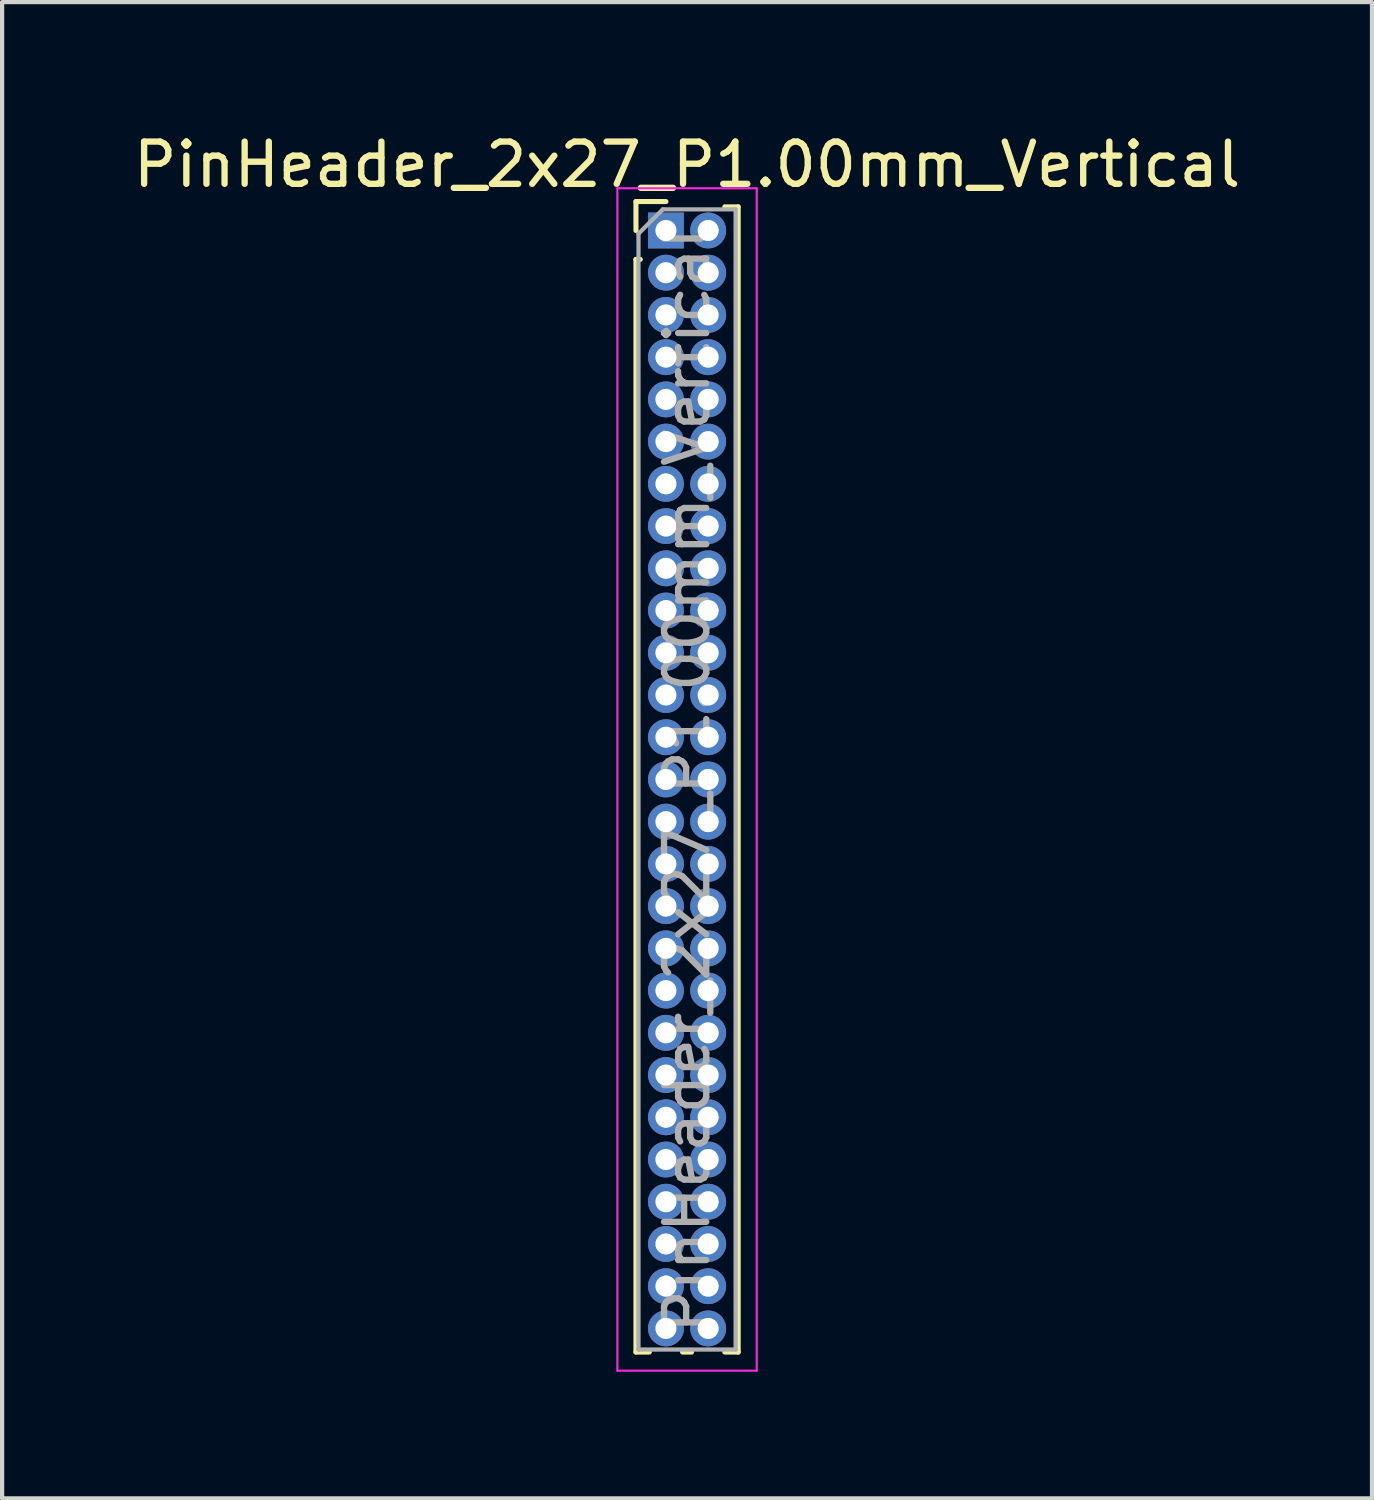
<source format=kicad_pcb>
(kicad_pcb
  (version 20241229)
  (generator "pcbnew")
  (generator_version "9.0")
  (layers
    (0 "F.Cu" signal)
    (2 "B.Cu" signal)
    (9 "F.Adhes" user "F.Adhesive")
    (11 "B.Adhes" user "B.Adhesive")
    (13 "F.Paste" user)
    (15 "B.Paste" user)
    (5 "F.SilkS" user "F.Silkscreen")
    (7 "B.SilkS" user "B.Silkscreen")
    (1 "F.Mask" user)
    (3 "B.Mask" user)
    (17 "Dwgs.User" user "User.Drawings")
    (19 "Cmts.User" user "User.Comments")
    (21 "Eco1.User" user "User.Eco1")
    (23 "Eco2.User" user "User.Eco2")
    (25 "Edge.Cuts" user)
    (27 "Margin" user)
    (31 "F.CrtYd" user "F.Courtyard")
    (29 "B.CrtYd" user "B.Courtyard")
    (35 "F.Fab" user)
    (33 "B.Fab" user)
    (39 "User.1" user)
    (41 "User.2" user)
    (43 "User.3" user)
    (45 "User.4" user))
  (footprint "PinHeader_2x27_P1.00mm_Vertical"
    (layer "F.Cu")
    (at 12.72 2.408)
    (property "Reference" "PinHeader_2x27_P1.00mm_Vertical" (at 0.5 -1.56 0) (layer "F.SilkS") (effects (font (size 1 1) (thickness 0.15))))
    (attr through_hole)
    (fp_line (start -0.71 -0.685) (end 0 -0.685) (stroke (width 0.12) (type solid)) (layer "F.SilkS"))
    (fp_line (start -0.71 0) (end -0.71 -0.685) (stroke (width 0.12) (type solid)) (layer "F.SilkS"))
    (fp_line (start -0.71 0.685) (end -0.71 26.56) (stroke (width 0.12) (type solid)) (layer "F.SilkS"))
    (fp_line (start -0.71 0.685) (end -0.608 0.685) (stroke (width 0.12) (type solid)) (layer "F.SilkS"))
    (fp_line (start -0.71 26.56) (end -0.394 26.56) (stroke (width 0.12) (type solid)) (layer "F.SilkS"))
    (fp_line (start 0.394 26.56) (end 0.606 26.56) (stroke (width 0.12) (type solid)) (layer "F.SilkS"))
    (fp_line (start 1.394 -0.56) (end 1.71 -0.56) (stroke (width 0.12) (type solid)) (layer "F.SilkS"))
    (fp_line (start 1.394 26.56) (end 1.71 26.56) (stroke (width 0.12) (type solid)) (layer "F.SilkS"))
    (fp_line (start 1.71 -0.56) (end 1.71 26.56) (stroke (width 0.12) (type solid)) (layer "F.SilkS"))
    (fp_line (start -1.15 -1) (end -1.15 27) (stroke (width 0.05) (type solid)) (layer "F.CrtYd"))
    (fp_line (start -1.15 27) (end 2.15 27) (stroke (width 0.05) (type solid)) (layer "F.CrtYd"))
    (fp_line (start 2.15 -1) (end -1.15 -1) (stroke (width 0.05) (type solid)) (layer "F.CrtYd"))
    (fp_line (start 2.15 27) (end 2.15 -1) (stroke (width 0.05) (type solid)) (layer "F.CrtYd"))
    (fp_line (start -0.65 0.075) (end -0.075 -0.5) (stroke (width 0.1) (type solid)) (layer "F.Fab"))
    (fp_line (start -0.65 26.5) (end -0.65 0.075) (stroke (width 0.1) (type solid)) (layer "F.Fab"))
    (fp_line (start -0.075 -0.5) (end 1.65 -0.5) (stroke (width 0.1) (type solid)) (layer "F.Fab"))
    (fp_line (start 1.65 -0.5) (end 1.65 26.5) (stroke (width 0.1) (type solid)) (layer "F.Fab"))
    (fp_line (start 1.65 26.5) (end -0.65 26.5) (stroke (width 0.1) (type solid)) (layer "F.Fab"))
    (fp_text user "${REFERENCE}" (at 0.5 13 90) (layer "F.Fab") (effects (font (size 1 1) (thickness 0.15))))
    (pad "1" thru_hole rect (at 0 0) (size 0.85 0.85) (drill 0.5) (layers "*.Cu" "*.Mask"))
    (pad "2" thru_hole oval (at 1 0) (size 0.85 0.85) (drill 0.5) (layers "*.Cu" "*.Mask"))
    (pad "3" thru_hole oval (at 0 1) (size 0.85 0.85) (drill 0.5) (layers "*.Cu" "*.Mask"))
    (pad "4" thru_hole oval (at 1 1) (size 0.85 0.85) (drill 0.5) (layers "*.Cu" "*.Mask"))
    (pad "5" thru_hole oval (at 0 2) (size 0.85 0.85) (drill 0.5) (layers "*.Cu" "*.Mask"))
    (pad "6" thru_hole oval (at 1 2) (size 0.85 0.85) (drill 0.5) (layers "*.Cu" "*.Mask"))
    (pad "7" thru_hole oval (at 0 3) (size 0.85 0.85) (drill 0.5) (layers "*.Cu" "*.Mask"))
    (pad "8" thru_hole oval (at 1 3) (size 0.85 0.85) (drill 0.5) (layers "*.Cu" "*.Mask"))
    (pad "9" thru_hole oval (at 0 4) (size 0.85 0.85) (drill 0.5) (layers "*.Cu" "*.Mask"))
    (pad "10" thru_hole oval (at 1 4) (size 0.85 0.85) (drill 0.5) (layers "*.Cu" "*.Mask"))
    (pad "11" thru_hole oval (at 0 5) (size 0.85 0.85) (drill 0.5) (layers "*.Cu" "*.Mask"))
    (pad "12" thru_hole oval (at 1 5) (size 0.85 0.85) (drill 0.5) (layers "*.Cu" "*.Mask"))
    (pad "13" thru_hole oval (at 0 6) (size 0.85 0.85) (drill 0.5) (layers "*.Cu" "*.Mask"))
    (pad "14" thru_hole oval (at 1 6) (size 0.85 0.85) (drill 0.5) (layers "*.Cu" "*.Mask"))
    (pad "15" thru_hole oval (at 0 7) (size 0.85 0.85) (drill 0.5) (layers "*.Cu" "*.Mask"))
    (pad "16" thru_hole oval (at 1 7) (size 0.85 0.85) (drill 0.5) (layers "*.Cu" "*.Mask"))
    (pad "17" thru_hole oval (at 0 8) (size 0.85 0.85) (drill 0.5) (layers "*.Cu" "*.Mask"))
    (pad "18" thru_hole oval (at 1 8) (size 0.85 0.85) (drill 0.5) (layers "*.Cu" "*.Mask"))
    (pad "19" thru_hole oval (at 0 9) (size 0.85 0.85) (drill 0.5) (layers "*.Cu" "*.Mask"))
    (pad "20" thru_hole oval (at 1 9) (size 0.85 0.85) (drill 0.5) (layers "*.Cu" "*.Mask"))
    (pad "21" thru_hole oval (at 0 10) (size 0.85 0.85) (drill 0.5) (layers "*.Cu" "*.Mask"))
    (pad "22" thru_hole oval (at 1 10) (size 0.85 0.85) (drill 0.5) (layers "*.Cu" "*.Mask"))
    (pad "23" thru_hole oval (at 0 11) (size 0.85 0.85) (drill 0.5) (layers "*.Cu" "*.Mask"))
    (pad "24" thru_hole oval (at 1 11) (size 0.85 0.85) (drill 0.5) (layers "*.Cu" "*.Mask"))
    (pad "25" thru_hole oval (at 0 12) (size 0.85 0.85) (drill 0.5) (layers "*.Cu" "*.Mask"))
    (pad "26" thru_hole oval (at 1 12) (size 0.85 0.85) (drill 0.5) (layers "*.Cu" "*.Mask"))
    (pad "27" thru_hole oval (at 0 13) (size 0.85 0.85) (drill 0.5) (layers "*.Cu" "*.Mask"))
    (pad "28" thru_hole oval (at 1 13) (size 0.85 0.85) (drill 0.5) (layers "*.Cu" "*.Mask"))
    (pad "29" thru_hole oval (at 0 14) (size 0.85 0.85) (drill 0.5) (layers "*.Cu" "*.Mask"))
    (pad "30" thru_hole oval (at 1 14) (size 0.85 0.85) (drill 0.5) (layers "*.Cu" "*.Mask"))
    (pad "31" thru_hole oval (at 0 15) (size 0.85 0.85) (drill 0.5) (layers "*.Cu" "*.Mask"))
    (pad "32" thru_hole oval (at 1 15) (size 0.85 0.85) (drill 0.5) (layers "*.Cu" "*.Mask"))
    (pad "33" thru_hole oval (at 0 16) (size 0.85 0.85) (drill 0.5) (layers "*.Cu" "*.Mask"))
    (pad "34" thru_hole oval (at 1 16) (size 0.85 0.85) (drill 0.5) (layers "*.Cu" "*.Mask"))
    (pad "35" thru_hole oval (at 0 17) (size 0.85 0.85) (drill 0.5) (layers "*.Cu" "*.Mask"))
    (pad "36" thru_hole oval (at 1 17) (size 0.85 0.85) (drill 0.5) (layers "*.Cu" "*.Mask"))
    (pad "37" thru_hole oval (at 0 18) (size 0.85 0.85) (drill 0.5) (layers "*.Cu" "*.Mask"))
    (pad "38" thru_hole oval (at 1 18) (size 0.85 0.85) (drill 0.5) (layers "*.Cu" "*.Mask"))
    (pad "39" thru_hole oval (at 0 19) (size 0.85 0.85) (drill 0.5) (layers "*.Cu" "*.Mask"))
    (pad "40" thru_hole oval (at 1 19) (size 0.85 0.85) (drill 0.5) (layers "*.Cu" "*.Mask"))
    (pad "41" thru_hole oval (at 0 20) (size 0.85 0.85) (drill 0.5) (layers "*.Cu" "*.Mask"))
    (pad "42" thru_hole oval (at 1 20) (size 0.85 0.85) (drill 0.5) (layers "*.Cu" "*.Mask"))
    (pad "43" thru_hole oval (at 0 21) (size 0.85 0.85) (drill 0.5) (layers "*.Cu" "*.Mask"))
    (pad "44" thru_hole oval (at 1 21) (size 0.85 0.85) (drill 0.5) (layers "*.Cu" "*.Mask"))
    (pad "45" thru_hole oval (at 0 22) (size 0.85 0.85) (drill 0.5) (layers "*.Cu" "*.Mask"))
    (pad "46" thru_hole oval (at 1 22) (size 0.85 0.85) (drill 0.5) (layers "*.Cu" "*.Mask"))
    (pad "47" thru_hole oval (at 0 23) (size 0.85 0.85) (drill 0.5) (layers "*.Cu" "*.Mask"))
    (pad "48" thru_hole oval (at 1 23) (size 0.85 0.85) (drill 0.5) (layers "*.Cu" "*.Mask"))
    (pad "49" thru_hole oval (at 0 24) (size 0.85 0.85) (drill 0.5) (layers "*.Cu" "*.Mask"))
    (pad "50" thru_hole oval (at 1 24) (size 0.85 0.85) (drill 0.5) (layers "*.Cu" "*.Mask"))
    (pad "51" thru_hole oval (at 0 25) (size 0.85 0.85) (drill 0.5) (layers "*.Cu" "*.Mask"))
    (pad "52" thru_hole oval (at 1 25) (size 0.85 0.85) (drill 0.5) (layers "*.Cu" "*.Mask"))
    (pad "53" thru_hole oval (at 0 26) (size 0.85 0.85) (drill 0.5) (layers "*.Cu" "*.Mask"))
    (pad "54" thru_hole oval (at 1 26) (size 0.85 0.85) (drill 0.5) (layers "*.Cu" "*.Mask")))
  (gr_rect
    (start -3 -3)
    (end 29.44 32.433)
    (stroke (width 0.1) (type default))
    (fill no)
    (layer "Edge.Cuts")))
</source>
